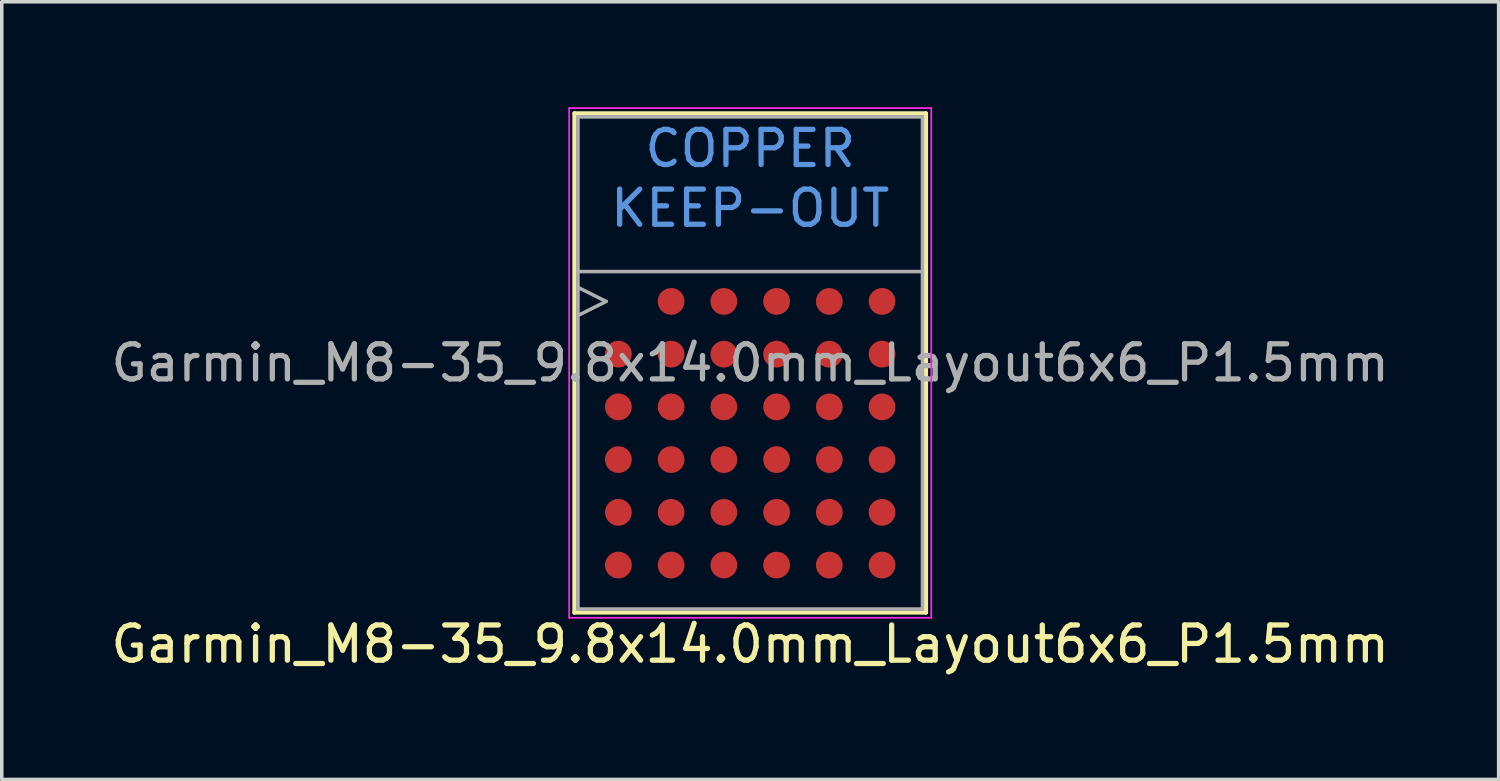
<source format=kicad_pcb>
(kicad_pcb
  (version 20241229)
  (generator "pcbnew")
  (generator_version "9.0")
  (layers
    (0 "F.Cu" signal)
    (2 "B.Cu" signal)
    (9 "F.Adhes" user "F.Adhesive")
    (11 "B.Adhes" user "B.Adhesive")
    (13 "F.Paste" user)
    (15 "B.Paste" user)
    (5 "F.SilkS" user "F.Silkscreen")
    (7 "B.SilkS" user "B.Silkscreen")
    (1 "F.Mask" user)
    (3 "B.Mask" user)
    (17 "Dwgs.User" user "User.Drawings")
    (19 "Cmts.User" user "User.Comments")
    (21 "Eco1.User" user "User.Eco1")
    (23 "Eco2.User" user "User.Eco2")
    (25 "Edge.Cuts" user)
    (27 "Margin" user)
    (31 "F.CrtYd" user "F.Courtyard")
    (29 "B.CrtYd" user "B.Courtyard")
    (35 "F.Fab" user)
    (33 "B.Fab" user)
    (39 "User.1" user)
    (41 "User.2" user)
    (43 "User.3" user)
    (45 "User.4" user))
  (footprint "Garmin_M8-35_9.8x14.0mm_Layout6x6_P1.5mm"
    (layer "F.Cu")
    (at 18.292 7.275)
    (property "Reference" "Garmin_M8-35_9.8x14.0mm_Layout6x6_P1.5mm" (at 0 8 0) (layer "F.SilkS") (effects (font (size 1 1) (thickness 0.15))))
    (attr smd)
    (fp_line (start -5 -7.1) (end -5 7.1) (stroke (width 0.12) (type solid)) (layer "F.SilkS"))
    (fp_line (start -5 7.1) (end 5 7.1) (stroke (width 0.12) (type solid)) (layer "F.SilkS"))
    (fp_line (start 5 -7.1) (end -5 -7.1) (stroke (width 0.12) (type solid)) (layer "F.SilkS"))
    (fp_line (start 5 7.1) (end 5 -7.1) (stroke (width 0.12) (type solid)) (layer "F.SilkS"))
    (fp_poly (pts (xy -4.18 -0.315) (xy -4.18 -0.68) (xy -3.815 -0.68) (xy -3.815 -0.315)) (stroke (width 0) (type solid)) (fill yes) (layer "F.Paste"))
    (fp_poly (pts (xy -4.18 0.18) (xy -4.18 -0.185) (xy -3.815 -0.185) (xy -3.815 0.18)) (stroke (width 0) (type solid)) (fill yes) (layer "F.Paste"))
    (fp_poly (pts (xy -4.18 1.185) (xy -4.18 0.82) (xy -3.815 0.82) (xy -3.815 1.185)) (stroke (width 0) (type solid)) (fill yes) (layer "F.Paste"))
    (fp_poly (pts (xy -4.18 1.68) (xy -4.18 1.315) (xy -3.815 1.315) (xy -3.815 1.68)) (stroke (width 0) (type solid)) (fill yes) (layer "F.Paste"))
    (fp_poly (pts (xy -4.18 2.685) (xy -4.18 2.32) (xy -3.815 2.32) (xy -3.815 2.685)) (stroke (width 0) (type solid)) (fill yes) (layer "F.Paste"))
    (fp_poly (pts (xy -4.18 3.18) (xy -4.18 2.815) (xy -3.815 2.815) (xy -3.815 3.18)) (stroke (width 0) (type solid)) (fill yes) (layer "F.Paste"))
    (fp_poly (pts (xy -4.18 4.185) (xy -4.18 3.82) (xy -3.815 3.82) (xy -3.815 4.185)) (stroke (width 0) (type solid)) (fill yes) (layer "F.Paste"))
    (fp_poly (pts (xy -4.18 4.68) (xy -4.18 4.315) (xy -3.815 4.315) (xy -3.815 4.68)) (stroke (width 0) (type solid)) (fill yes) (layer "F.Paste"))
    (fp_poly (pts (xy -4.18 5.685) (xy -4.18 5.32) (xy -3.815 5.32) (xy -3.815 5.685)) (stroke (width 0) (type solid)) (fill yes) (layer "F.Paste"))
    (fp_poly (pts (xy -4.18 6.18) (xy -4.18 5.815) (xy -3.815 5.815) (xy -3.815 6.18)) (stroke (width 0) (type solid)) (fill yes) (layer "F.Paste"))
    (fp_poly (pts (xy -3.685 -0.315) (xy -3.685 -0.68) (xy -3.32 -0.68) (xy -3.32 -0.315)) (stroke (width 0) (type solid)) (fill yes) (layer "F.Paste"))
    (fp_poly (pts (xy -3.685 0.18) (xy -3.685 -0.185) (xy -3.32 -0.185) (xy -3.32 0.18)) (stroke (width 0) (type solid)) (fill yes) (layer "F.Paste"))
    (fp_poly (pts (xy -3.685 1.185) (xy -3.685 0.82) (xy -3.32 0.82) (xy -3.32 1.185)) (stroke (width 0) (type solid)) (fill yes) (layer "F.Paste"))
    (fp_poly (pts (xy -3.685 1.68) (xy -3.685 1.315) (xy -3.32 1.315) (xy -3.32 1.68)) (stroke (width 0) (type solid)) (fill yes) (layer "F.Paste"))
    (fp_poly (pts (xy -3.685 2.685) (xy -3.685 2.32) (xy -3.32 2.32) (xy -3.32 2.685)) (stroke (width 0) (type solid)) (fill yes) (layer "F.Paste"))
    (fp_poly (pts (xy -3.685 3.18) (xy -3.685 2.815) (xy -3.32 2.815) (xy -3.32 3.18)) (stroke (width 0) (type solid)) (fill yes) (layer "F.Paste"))
    (fp_poly (pts (xy -3.685 4.185) (xy -3.685 3.82) (xy -3.32 3.82) (xy -3.32 4.185)) (stroke (width 0) (type solid)) (fill yes) (layer "F.Paste"))
    (fp_poly (pts (xy -3.685 4.68) (xy -3.685 4.315) (xy -3.32 4.315) (xy -3.32 4.68)) (stroke (width 0) (type solid)) (fill yes) (layer "F.Paste"))
    (fp_poly (pts (xy -3.685 5.685) (xy -3.685 5.32) (xy -3.32 5.32) (xy -3.32 5.685)) (stroke (width 0) (type solid)) (fill yes) (layer "F.Paste"))
    (fp_poly (pts (xy -3.685 6.18) (xy -3.685 5.815) (xy -3.32 5.815) (xy -3.32 6.18)) (stroke (width 0) (type solid)) (fill yes) (layer "F.Paste"))
    (fp_poly (pts (xy -2.68 -1.815) (xy -2.68 -2.18) (xy -2.315 -2.18) (xy -2.315 -1.815)) (stroke (width 0) (type solid)) (fill yes) (layer "F.Paste"))
    (fp_poly (pts (xy -2.68 -1.32) (xy -2.68 -1.685) (xy -2.315 -1.685) (xy -2.315 -1.32)) (stroke (width 0) (type solid)) (fill yes) (layer "F.Paste"))
    (fp_poly (pts (xy -2.68 -0.315) (xy -2.68 -0.68) (xy -2.315 -0.68) (xy -2.315 -0.315)) (stroke (width 0) (type solid)) (fill yes) (layer "F.Paste"))
    (fp_poly (pts (xy -2.68 0.18) (xy -2.68 -0.185) (xy -2.315 -0.185) (xy -2.315 0.18)) (stroke (width 0) (type solid)) (fill yes) (layer "F.Paste"))
    (fp_poly (pts (xy -2.68 1.185) (xy -2.68 0.82) (xy -2.315 0.82) (xy -2.315 1.185)) (stroke (width 0) (type solid)) (fill yes) (layer "F.Paste"))
    (fp_poly (pts (xy -2.68 1.68) (xy -2.68 1.315) (xy -2.315 1.315) (xy -2.315 1.68)) (stroke (width 0) (type solid)) (fill yes) (layer "F.Paste"))
    (fp_poly (pts (xy -2.68 2.685) (xy -2.68 2.32) (xy -2.315 2.32) (xy -2.315 2.685)) (stroke (width 0) (type solid)) (fill yes) (layer "F.Paste"))
    (fp_poly (pts (xy -2.68 3.18) (xy -2.68 2.815) (xy -2.315 2.815) (xy -2.315 3.18)) (stroke (width 0) (type solid)) (fill yes) (layer "F.Paste"))
    (fp_poly (pts (xy -2.68 4.185) (xy -2.68 3.82) (xy -2.315 3.82) (xy -2.315 4.185)) (stroke (width 0) (type solid)) (fill yes) (layer "F.Paste"))
    (fp_poly (pts (xy -2.68 4.68) (xy -2.68 4.315) (xy -2.315 4.315) (xy -2.315 4.68)) (stroke (width 0) (type solid)) (fill yes) (layer "F.Paste"))
    (fp_poly (pts (xy -2.68 5.685) (xy -2.68 5.32) (xy -2.315 5.32) (xy -2.315 5.685)) (stroke (width 0) (type solid)) (fill yes) (layer "F.Paste"))
    (fp_poly (pts (xy -2.68 6.18) (xy -2.68 5.815) (xy -2.315 5.815) (xy -2.315 6.18)) (stroke (width 0) (type solid)) (fill yes) (layer "F.Paste"))
    (fp_poly (pts (xy -2.185 -1.815) (xy -2.185 -2.18) (xy -1.82 -2.18) (xy -1.82 -1.815)) (stroke (width 0) (type solid)) (fill yes) (layer "F.Paste"))
    (fp_poly (pts (xy -2.185 -1.32) (xy -2.185 -1.685) (xy -1.82 -1.685) (xy -1.82 -1.32)) (stroke (width 0) (type solid)) (fill yes) (layer "F.Paste"))
    (fp_poly (pts (xy -2.185 -0.315) (xy -2.185 -0.68) (xy -1.82 -0.68) (xy -1.82 -0.315)) (stroke (width 0) (type solid)) (fill yes) (layer "F.Paste"))
    (fp_poly (pts (xy -2.185 0.18) (xy -2.185 -0.185) (xy -1.82 -0.185) (xy -1.82 0.18)) (stroke (width 0) (type solid)) (fill yes) (layer "F.Paste"))
    (fp_poly (pts (xy -2.185 1.185) (xy -2.185 0.82) (xy -1.82 0.82) (xy -1.82 1.185)) (stroke (width 0) (type solid)) (fill yes) (layer "F.Paste"))
    (fp_poly (pts (xy -2.185 1.68) (xy -2.185 1.315) (xy -1.82 1.315) (xy -1.82 1.68)) (stroke (width 0) (type solid)) (fill yes) (layer "F.Paste"))
    (fp_poly (pts (xy -2.185 2.685) (xy -2.185 2.32) (xy -1.82 2.32) (xy -1.82 2.685)) (stroke (width 0) (type solid)) (fill yes) (layer "F.Paste"))
    (fp_poly (pts (xy -2.185 3.18) (xy -2.185 2.815) (xy -1.82 2.815) (xy -1.82 3.18)) (stroke (width 0) (type solid)) (fill yes) (layer "F.Paste"))
    (fp_poly (pts (xy -2.185 4.185) (xy -2.185 3.82) (xy -1.82 3.82) (xy -1.82 4.185)) (stroke (width 0) (type solid)) (fill yes) (layer "F.Paste"))
    (fp_poly (pts (xy -2.185 4.68) (xy -2.185 4.315) (xy -1.82 4.315) (xy -1.82 4.68)) (stroke (width 0) (type solid)) (fill yes) (layer "F.Paste"))
    (fp_poly (pts (xy -2.185 5.685) (xy -2.185 5.32) (xy -1.82 5.32) (xy -1.82 5.685)) (stroke (width 0) (type solid)) (fill yes) (layer "F.Paste"))
    (fp_poly (pts (xy -2.185 6.18) (xy -2.185 5.815) (xy -1.82 5.815) (xy -1.82 6.18)) (stroke (width 0) (type solid)) (fill yes) (layer "F.Paste"))
    (fp_poly (pts (xy -1.18 -1.815) (xy -1.18 -2.18) (xy -0.815 -2.18) (xy -0.815 -1.815)) (stroke (width 0) (type solid)) (fill yes) (layer "F.Paste"))
    (fp_poly (pts (xy -1.18 -1.32) (xy -1.18 -1.685) (xy -0.815 -1.685) (xy -0.815 -1.32)) (stroke (width 0) (type solid)) (fill yes) (layer "F.Paste"))
    (fp_poly (pts (xy -1.18 -0.315) (xy -1.18 -0.68) (xy -0.815 -0.68) (xy -0.815 -0.315)) (stroke (width 0) (type solid)) (fill yes) (layer "F.Paste"))
    (fp_poly (pts (xy -1.18 0.18) (xy -1.18 -0.185) (xy -0.815 -0.185) (xy -0.815 0.18)) (stroke (width 0) (type solid)) (fill yes) (layer "F.Paste"))
    (fp_poly (pts (xy -1.18 1.185) (xy -1.18 0.82) (xy -0.815 0.82) (xy -0.815 1.185)) (stroke (width 0) (type solid)) (fill yes) (layer "F.Paste"))
    (fp_poly (pts (xy -1.18 1.68) (xy -1.18 1.315) (xy -0.815 1.315) (xy -0.815 1.68)) (stroke (width 0) (type solid)) (fill yes) (layer "F.Paste"))
    (fp_poly (pts (xy -1.18 2.685) (xy -1.18 2.32) (xy -0.815 2.32) (xy -0.815 2.685)) (stroke (width 0) (type solid)) (fill yes) (layer "F.Paste"))
    (fp_poly (pts (xy -1.18 3.18) (xy -1.18 2.815) (xy -0.815 2.815) (xy -0.815 3.18)) (stroke (width 0) (type solid)) (fill yes) (layer "F.Paste"))
    (fp_poly (pts (xy -1.18 4.185) (xy -1.18 3.82) (xy -0.815 3.82) (xy -0.815 4.185)) (stroke (width 0) (type solid)) (fill yes) (layer "F.Paste"))
    (fp_poly (pts (xy -1.18 4.68) (xy -1.18 4.315) (xy -0.815 4.315) (xy -0.815 4.68)) (stroke (width 0) (type solid)) (fill yes) (layer "F.Paste"))
    (fp_poly (pts (xy -1.18 5.685) (xy -1.18 5.32) (xy -0.815 5.32) (xy -0.815 5.685)) (stroke (width 0) (type solid)) (fill yes) (layer "F.Paste"))
    (fp_poly (pts (xy -1.18 6.18) (xy -1.18 5.815) (xy -0.815 5.815) (xy -0.815 6.18)) (stroke (width 0) (type solid)) (fill yes) (layer "F.Paste"))
    (fp_poly (pts (xy -0.685 -1.815) (xy -0.685 -2.18) (xy -0.32 -2.18) (xy -0.32 -1.815)) (stroke (width 0) (type solid)) (fill yes) (layer "F.Paste"))
    (fp_poly (pts (xy -0.685 -1.32) (xy -0.685 -1.685) (xy -0.32 -1.685) (xy -0.32 -1.32)) (stroke (width 0) (type solid)) (fill yes) (layer "F.Paste"))
    (fp_poly (pts (xy -0.685 -0.315) (xy -0.685 -0.68) (xy -0.32 -0.68) (xy -0.32 -0.315)) (stroke (width 0) (type solid)) (fill yes) (layer "F.Paste"))
    (fp_poly (pts (xy -0.685 0.18) (xy -0.685 -0.185) (xy -0.32 -0.185) (xy -0.32 0.18)) (stroke (width 0) (type solid)) (fill yes) (layer "F.Paste"))
    (fp_poly (pts (xy -0.685 1.185) (xy -0.685 0.82) (xy -0.32 0.82) (xy -0.32 1.185)) (stroke (width 0) (type solid)) (fill yes) (layer "F.Paste"))
    (fp_poly (pts (xy -0.685 1.68) (xy -0.685 1.315) (xy -0.32 1.315) (xy -0.32 1.68)) (stroke (width 0) (type solid)) (fill yes) (layer "F.Paste"))
    (fp_poly (pts (xy -0.685 2.685) (xy -0.685 2.32) (xy -0.32 2.32) (xy -0.32 2.685)) (stroke (width 0) (type solid)) (fill yes) (layer "F.Paste"))
    (fp_poly (pts (xy -0.685 3.18) (xy -0.685 2.815) (xy -0.32 2.815) (xy -0.32 3.18)) (stroke (width 0) (type solid)) (fill yes) (layer "F.Paste"))
    (fp_poly (pts (xy -0.685 4.185) (xy -0.685 3.82) (xy -0.32 3.82) (xy -0.32 4.185)) (stroke (width 0) (type solid)) (fill yes) (layer "F.Paste"))
    (fp_poly (pts (xy -0.685 4.68) (xy -0.685 4.315) (xy -0.32 4.315) (xy -0.32 4.68)) (stroke (width 0) (type solid)) (fill yes) (layer "F.Paste"))
    (fp_poly (pts (xy -0.685 5.685) (xy -0.685 5.32) (xy -0.32 5.32) (xy -0.32 5.685)) (stroke (width 0) (type solid)) (fill yes) (layer "F.Paste"))
    (fp_poly (pts (xy -0.685 6.18) (xy -0.685 5.815) (xy -0.32 5.815) (xy -0.32 6.18)) (stroke (width 0) (type solid)) (fill yes) (layer "F.Paste"))
    (fp_poly (pts (xy 0.32 -1.815) (xy 0.32 -2.18) (xy 0.685 -2.18) (xy 0.685 -1.815)) (stroke (width 0) (type solid)) (fill yes) (layer "F.Paste"))
    (fp_poly (pts (xy 0.32 -1.32) (xy 0.32 -1.685) (xy 0.685 -1.685) (xy 0.685 -1.32)) (stroke (width 0) (type solid)) (fill yes) (layer "F.Paste"))
    (fp_poly (pts (xy 0.32 -0.315) (xy 0.32 -0.68) (xy 0.685 -0.68) (xy 0.685 -0.315)) (stroke (width 0) (type solid)) (fill yes) (layer "F.Paste"))
    (fp_poly (pts (xy 0.32 0.18) (xy 0.32 -0.185) (xy 0.685 -0.185) (xy 0.685 0.18)) (stroke (width 0) (type solid)) (fill yes) (layer "F.Paste"))
    (fp_poly (pts (xy 0.32 1.185) (xy 0.32 0.82) (xy 0.685 0.82) (xy 0.685 1.185)) (stroke (width 0) (type solid)) (fill yes) (layer "F.Paste"))
    (fp_poly (pts (xy 0.32 1.68) (xy 0.32 1.315) (xy 0.685 1.315) (xy 0.685 1.68)) (stroke (width 0) (type solid)) (fill yes) (layer "F.Paste"))
    (fp_poly (pts (xy 0.32 2.685) (xy 0.32 2.32) (xy 0.685 2.32) (xy 0.685 2.685)) (stroke (width 0) (type solid)) (fill yes) (layer "F.Paste"))
    (fp_poly (pts (xy 0.32 3.18) (xy 0.32 2.815) (xy 0.685 2.815) (xy 0.685 3.18)) (stroke (width 0) (type solid)) (fill yes) (layer "F.Paste"))
    (fp_poly (pts (xy 0.32 4.185) (xy 0.32 3.82) (xy 0.685 3.82) (xy 0.685 4.185)) (stroke (width 0) (type solid)) (fill yes) (layer "F.Paste"))
    (fp_poly (pts (xy 0.32 4.68) (xy 0.32 4.315) (xy 0.685 4.315) (xy 0.685 4.68)) (stroke (width 0) (type solid)) (fill yes) (layer "F.Paste"))
    (fp_poly (pts (xy 0.32 5.685) (xy 0.32 5.32) (xy 0.685 5.32) (xy 0.685 5.685)) (stroke (width 0) (type solid)) (fill yes) (layer "F.Paste"))
    (fp_poly (pts (xy 0.32 6.18) (xy 0.32 5.815) (xy 0.685 5.815) (xy 0.685 6.18)) (stroke (width 0) (type solid)) (fill yes) (layer "F.Paste"))
    (fp_poly (pts (xy 0.815 -1.815) (xy 0.815 -2.18) (xy 1.18 -2.18) (xy 1.18 -1.815)) (stroke (width 0) (type solid)) (fill yes) (layer "F.Paste"))
    (fp_poly (pts (xy 0.815 -1.32) (xy 0.815 -1.685) (xy 1.18 -1.685) (xy 1.18 -1.32)) (stroke (width 0) (type solid)) (fill yes) (layer "F.Paste"))
    (fp_poly (pts (xy 0.815 -0.315) (xy 0.815 -0.68) (xy 1.18 -0.68) (xy 1.18 -0.315)) (stroke (width 0) (type solid)) (fill yes) (layer "F.Paste"))
    (fp_poly (pts (xy 0.815 0.18) (xy 0.815 -0.185) (xy 1.18 -0.185) (xy 1.18 0.18)) (stroke (width 0) (type solid)) (fill yes) (layer "F.Paste"))
    (fp_poly (pts (xy 0.815 1.185) (xy 0.815 0.82) (xy 1.18 0.82) (xy 1.18 1.185)) (stroke (width 0) (type solid)) (fill yes) (layer "F.Paste"))
    (fp_poly (pts (xy 0.815 1.68) (xy 0.815 1.315) (xy 1.18 1.315) (xy 1.18 1.68)) (stroke (width 0) (type solid)) (fill yes) (layer "F.Paste"))
    (fp_poly (pts (xy 0.815 2.685) (xy 0.815 2.32) (xy 1.18 2.32) (xy 1.18 2.685)) (stroke (width 0) (type solid)) (fill yes) (layer "F.Paste"))
    (fp_poly (pts (xy 0.815 3.18) (xy 0.815 2.815) (xy 1.18 2.815) (xy 1.18 3.18)) (stroke (width 0) (type solid)) (fill yes) (layer "F.Paste"))
    (fp_poly (pts (xy 0.815 4.185) (xy 0.815 3.82) (xy 1.18 3.82) (xy 1.18 4.185)) (stroke (width 0) (type solid)) (fill yes) (layer "F.Paste"))
    (fp_poly (pts (xy 0.815 4.68) (xy 0.815 4.315) (xy 1.18 4.315) (xy 1.18 4.68)) (stroke (width 0) (type solid)) (fill yes) (layer "F.Paste"))
    (fp_poly (pts (xy 0.815 5.685) (xy 0.815 5.32) (xy 1.18 5.32) (xy 1.18 5.685)) (stroke (width 0) (type solid)) (fill yes) (layer "F.Paste"))
    (fp_poly (pts (xy 0.815 6.18) (xy 0.815 5.815) (xy 1.18 5.815) (xy 1.18 6.18)) (stroke (width 0) (type solid)) (fill yes) (layer "F.Paste"))
    (fp_poly (pts (xy 1.82 -1.815) (xy 1.82 -2.18) (xy 2.185 -2.18) (xy 2.185 -1.815)) (stroke (width 0) (type solid)) (fill yes) (layer "F.Paste"))
    (fp_poly (pts (xy 1.82 -1.32) (xy 1.82 -1.685) (xy 2.185 -1.685) (xy 2.185 -1.32)) (stroke (width 0) (type solid)) (fill yes) (layer "F.Paste"))
    (fp_poly (pts (xy 1.82 -0.315) (xy 1.82 -0.68) (xy 2.185 -0.68) (xy 2.185 -0.315)) (stroke (width 0) (type solid)) (fill yes) (layer "F.Paste"))
    (fp_poly (pts (xy 1.82 0.18) (xy 1.82 -0.185) (xy 2.185 -0.185) (xy 2.185 0.18)) (stroke (width 0) (type solid)) (fill yes) (layer "F.Paste"))
    (fp_poly (pts (xy 1.82 1.185) (xy 1.82 0.82) (xy 2.185 0.82) (xy 2.185 1.185)) (stroke (width 0) (type solid)) (fill yes) (layer "F.Paste"))
    (fp_poly (pts (xy 1.82 1.68) (xy 1.82 1.315) (xy 2.185 1.315) (xy 2.185 1.68)) (stroke (width 0) (type solid)) (fill yes) (layer "F.Paste"))
    (fp_poly (pts (xy 1.82 2.685) (xy 1.82 2.32) (xy 2.185 2.32) (xy 2.185 2.685)) (stroke (width 0) (type solid)) (fill yes) (layer "F.Paste"))
    (fp_poly (pts (xy 1.82 3.18) (xy 1.82 2.815) (xy 2.185 2.815) (xy 2.185 3.18)) (stroke (width 0) (type solid)) (fill yes) (layer "F.Paste"))
    (fp_poly (pts (xy 1.82 4.185) (xy 1.82 3.82) (xy 2.185 3.82) (xy 2.185 4.185)) (stroke (width 0) (type solid)) (fill yes) (layer "F.Paste"))
    (fp_poly (pts (xy 1.82 4.68) (xy 1.82 4.315) (xy 2.185 4.315) (xy 2.185 4.68)) (stroke (width 0) (type solid)) (fill yes) (layer "F.Paste"))
    (fp_poly (pts (xy 1.82 5.685) (xy 1.82 5.32) (xy 2.185 5.32) (xy 2.185 5.685)) (stroke (width 0) (type solid)) (fill yes) (layer "F.Paste"))
    (fp_poly (pts (xy 1.82 6.18) (xy 1.82 5.815) (xy 2.185 5.815) (xy 2.185 6.18)) (stroke (width 0) (type solid)) (fill yes) (layer "F.Paste"))
    (fp_poly (pts (xy 2.315 -1.815) (xy 2.315 -2.18) (xy 2.68 -2.18) (xy 2.68 -1.815)) (stroke (width 0) (type solid)) (fill yes) (layer "F.Paste"))
    (fp_poly (pts (xy 2.315 -1.32) (xy 2.315 -1.685) (xy 2.68 -1.685) (xy 2.68 -1.32)) (stroke (width 0) (type solid)) (fill yes) (layer "F.Paste"))
    (fp_poly (pts (xy 2.315 -0.315) (xy 2.315 -0.68) (xy 2.68 -0.68) (xy 2.68 -0.315)) (stroke (width 0) (type solid)) (fill yes) (layer "F.Paste"))
    (fp_poly (pts (xy 2.315 0.18) (xy 2.315 -0.185) (xy 2.68 -0.185) (xy 2.68 0.18)) (stroke (width 0) (type solid)) (fill yes) (layer "F.Paste"))
    (fp_poly (pts (xy 2.315 1.185) (xy 2.315 0.82) (xy 2.68 0.82) (xy 2.68 1.185)) (stroke (width 0) (type solid)) (fill yes) (layer "F.Paste"))
    (fp_poly (pts (xy 2.315 1.68) (xy 2.315 1.315) (xy 2.68 1.315) (xy 2.68 1.68)) (stroke (width 0) (type solid)) (fill yes) (layer "F.Paste"))
    (fp_poly (pts (xy 2.315 2.685) (xy 2.315 2.32) (xy 2.68 2.32) (xy 2.68 2.685)) (stroke (width 0) (type solid)) (fill yes) (layer "F.Paste"))
    (fp_poly (pts (xy 2.315 3.18) (xy 2.315 2.815) (xy 2.68 2.815) (xy 2.68 3.18)) (stroke (width 0) (type solid)) (fill yes) (layer "F.Paste"))
    (fp_poly (pts (xy 2.315 4.185) (xy 2.315 3.82) (xy 2.68 3.82) (xy 2.68 4.185)) (stroke (width 0) (type solid)) (fill yes) (layer "F.Paste"))
    (fp_poly (pts (xy 2.315 4.68) (xy 2.315 4.315) (xy 2.68 4.315) (xy 2.68 4.68)) (stroke (width 0) (type solid)) (fill yes) (layer "F.Paste"))
    (fp_poly (pts (xy 2.315 5.685) (xy 2.315 5.32) (xy 2.68 5.32) (xy 2.68 5.685)) (stroke (width 0) (type solid)) (fill yes) (layer "F.Paste"))
    (fp_poly (pts (xy 2.315 6.18) (xy 2.315 5.815) (xy 2.68 5.815) (xy 2.68 6.18)) (stroke (width 0) (type solid)) (fill yes) (layer "F.Paste"))
    (fp_poly (pts (xy 3.32 -1.815) (xy 3.32 -2.18) (xy 3.685 -2.18) (xy 3.685 -1.815)) (stroke (width 0) (type solid)) (fill yes) (layer "F.Paste"))
    (fp_poly (pts (xy 3.32 -1.32) (xy 3.32 -1.685) (xy 3.685 -1.685) (xy 3.685 -1.32)) (stroke (width 0) (type solid)) (fill yes) (layer "F.Paste"))
    (fp_poly (pts (xy 3.32 -0.315) (xy 3.32 -0.68) (xy 3.685 -0.68) (xy 3.685 -0.315)) (stroke (width 0) (type solid)) (fill yes) (layer "F.Paste"))
    (fp_poly (pts (xy 3.32 0.18) (xy 3.32 -0.185) (xy 3.685 -0.185) (xy 3.685 0.18)) (stroke (width 0) (type solid)) (fill yes) (layer "F.Paste"))
    (fp_poly (pts (xy 3.32 1.185) (xy 3.32 0.82) (xy 3.685 0.82) (xy 3.685 1.185)) (stroke (width 0) (type solid)) (fill yes) (layer "F.Paste"))
    (fp_poly (pts (xy 3.32 1.68) (xy 3.32 1.315) (xy 3.685 1.315) (xy 3.685 1.68)) (stroke (width 0) (type solid)) (fill yes) (layer "F.Paste"))
    (fp_poly (pts (xy 3.32 2.685) (xy 3.32 2.32) (xy 3.685 2.32) (xy 3.685 2.685)) (stroke (width 0) (type solid)) (fill yes) (layer "F.Paste"))
    (fp_poly (pts (xy 3.32 3.18) (xy 3.32 2.815) (xy 3.685 2.815) (xy 3.685 3.18)) (stroke (width 0) (type solid)) (fill yes) (layer "F.Paste"))
    (fp_poly (pts (xy 3.32 4.185) (xy 3.32 3.82) (xy 3.685 3.82) (xy 3.685 4.185)) (stroke (width 0) (type solid)) (fill yes) (layer "F.Paste"))
    (fp_poly (pts (xy 3.32 4.68) (xy 3.32 4.315) (xy 3.685 4.315) (xy 3.685 4.68)) (stroke (width 0) (type solid)) (fill yes) (layer "F.Paste"))
    (fp_poly (pts (xy 3.32 5.685) (xy 3.32 5.32) (xy 3.685 5.32) (xy 3.685 5.685)) (stroke (width 0) (type solid)) (fill yes) (layer "F.Paste"))
    (fp_poly (pts (xy 3.32 6.18) (xy 3.32 5.815) (xy 3.685 5.815) (xy 3.685 6.18)) (stroke (width 0) (type solid)) (fill yes) (layer "F.Paste"))
    (fp_poly (pts (xy 3.815 -1.815) (xy 3.815 -2.18) (xy 4.18 -2.18) (xy 4.18 -1.815)) (stroke (width 0) (type solid)) (fill yes) (layer "F.Paste"))
    (fp_poly (pts (xy 3.815 -1.32) (xy 3.815 -1.685) (xy 4.18 -1.685) (xy 4.18 -1.32)) (stroke (width 0) (type solid)) (fill yes) (layer "F.Paste"))
    (fp_poly (pts (xy 3.815 -0.315) (xy 3.815 -0.68) (xy 4.18 -0.68) (xy 4.18 -0.315)) (stroke (width 0) (type solid)) (fill yes) (layer "F.Paste"))
    (fp_poly (pts (xy 3.815 0.18) (xy 3.815 -0.185) (xy 4.18 -0.185) (xy 4.18 0.18)) (stroke (width 0) (type solid)) (fill yes) (layer "F.Paste"))
    (fp_poly (pts (xy 3.815 1.185) (xy 3.815 0.82) (xy 4.18 0.82) (xy 4.18 1.185)) (stroke (width 0) (type solid)) (fill yes) (layer "F.Paste"))
    (fp_poly (pts (xy 3.815 1.68) (xy 3.815 1.315) (xy 4.18 1.315) (xy 4.18 1.68)) (stroke (width 0) (type solid)) (fill yes) (layer "F.Paste"))
    (fp_poly (pts (xy 3.815 2.685) (xy 3.815 2.32) (xy 4.18 2.32) (xy 4.18 2.685)) (stroke (width 0) (type solid)) (fill yes) (layer "F.Paste"))
    (fp_poly (pts (xy 3.815 3.18) (xy 3.815 2.815) (xy 4.18 2.815) (xy 4.18 3.18)) (stroke (width 0) (type solid)) (fill yes) (layer "F.Paste"))
    (fp_poly (pts (xy 3.815 4.185) (xy 3.815 3.82) (xy 4.18 3.82) (xy 4.18 4.185)) (stroke (width 0) (type solid)) (fill yes) (layer "F.Paste"))
    (fp_poly (pts (xy 3.815 4.68) (xy 3.815 4.315) (xy 4.18 4.315) (xy 4.18 4.68)) (stroke (width 0) (type solid)) (fill yes) (layer "F.Paste"))
    (fp_poly (pts (xy 3.815 5.685) (xy 3.815 5.32) (xy 4.18 5.32) (xy 4.18 5.685)) (stroke (width 0) (type solid)) (fill yes) (layer "F.Paste"))
    (fp_poly (pts (xy 3.815 6.18) (xy 3.815 5.815) (xy 4.18 5.815) (xy 4.18 6.18)) (stroke (width 0) (type solid)) (fill yes) (layer "F.Paste"))
    (fp_line (start -5.15 -7.25) (end 5.15 -7.25) (stroke (width 0.05) (type solid)) (layer "F.CrtYd"))
    (fp_line (start -5.15 7.25) (end -5.15 -7.25) (stroke (width 0.05) (type solid)) (layer "F.CrtYd"))
    (fp_line (start 5.15 -7.25) (end 5.15 7.25) (stroke (width 0.05) (type solid)) (layer "F.CrtYd"))
    (fp_line (start 5.15 7.25) (end -5.15 7.25) (stroke (width 0.05) (type solid)) (layer "F.CrtYd"))
    (fp_line (start -4.9 -7) (end 4.9 -7) (stroke (width 0.1) (type solid)) (layer "F.Fab"))
    (fp_line (start -4.9 -2.6) (end 4.9 -2.6) (stroke (width 0.1) (type solid)) (layer "F.Fab"))
    (fp_line (start -4.9 -2.15) (end -4.1 -1.75) (stroke (width 0.1) (type solid)) (layer "F.Fab"))
    (fp_line (start -4.9 -1.35) (end -4.1 -1.75) (stroke (width 0.1) (type solid)) (layer "F.Fab"))
    (fp_line (start -4.9 7) (end -4.9 -7) (stroke (width 0.1) (type solid)) (layer "F.Fab"))
    (fp_line (start 4.9 -7) (end 4.9 7) (stroke (width 0.1) (type solid)) (layer "F.Fab"))
    (fp_line (start 4.9 7) (end -4.9 7) (stroke (width 0.1) (type solid)) (layer "F.Fab"))
    (fp_text user "COPPER" (at 0 -6.1 0) (layer "Cmts.User") (effects (font (size 1 1) (thickness 0.15))))
    (fp_text user "KEEP-OUT" (at 0 -4.4 0) (layer "Cmts.User") (effects (font (size 1 1) (thickness 0.15))))
    (fp_text user "${REFERENCE}" (at 0 0 0) (layer "F.Fab") (effects (font (size 1 1) (thickness 0.15))))
    (pad "A2" smd circle (at -2.25 -1.75) (size 0.762 0.762) (layers "F.Cu" "F.Mask"))
    (pad "A3" smd circle (at -0.75 -1.75) (size 0.762 0.762) (layers "F.Cu" "F.Mask"))
    (pad "A4" smd circle (at 0.75 -1.75) (size 0.762 0.762) (layers "F.Cu" "F.Mask"))
    (pad "A5" smd circle (at 2.25 -1.75) (size 0.762 0.762) (layers "F.Cu" "F.Mask"))
    (pad "A6" smd circle (at 3.75 -1.75) (size 0.762 0.762) (layers "F.Cu" "F.Mask"))
    (pad "B1" smd circle (at -3.75 -0.25) (size 0.762 0.762) (layers "F.Cu" "F.Mask"))
    (pad "B2" smd circle (at -2.25 -0.25) (size 0.762 0.762) (layers "F.Cu" "F.Mask"))
    (pad "B3" smd circle (at -0.75 -0.25) (size 0.762 0.762) (layers "F.Cu" "F.Mask"))
    (pad "B4" smd circle (at 0.75 -0.25) (size 0.762 0.762) (layers "F.Cu" "F.Mask"))
    (pad "B5" smd circle (at 2.25 -0.25) (size 0.762 0.762) (layers "F.Cu" "F.Mask"))
    (pad "B6" smd circle (at 3.75 -0.25) (size 0.762 0.762) (layers "F.Cu" "F.Mask"))
    (pad "C1" smd circle (at -3.75 1.25) (size 0.762 0.762) (layers "F.Cu" "F.Mask"))
    (pad "C2" smd circle (at -2.25 1.25) (size 0.762 0.762) (layers "F.Cu" "F.Mask"))
    (pad "C3" smd circle (at -0.75 1.25) (size 0.762 0.762) (layers "F.Cu" "F.Mask"))
    (pad "C4" smd circle (at 0.75 1.25) (size 0.762 0.762) (layers "F.Cu" "F.Mask"))
    (pad "C5" smd circle (at 2.25 1.25) (size 0.762 0.762) (layers "F.Cu" "F.Mask"))
    (pad "C6" smd circle (at 3.75 1.25) (size 0.762 0.762) (layers "F.Cu" "F.Mask"))
    (pad "D1" smd circle (at -3.75 2.75) (size 0.762 0.762) (layers "F.Cu" "F.Mask"))
    (pad "D2" smd circle (at -2.25 2.75) (size 0.762 0.762) (layers "F.Cu" "F.Mask"))
    (pad "D3" smd circle (at -0.75 2.75) (size 0.762 0.762) (layers "F.Cu" "F.Mask"))
    (pad "D4" smd circle (at 0.75 2.75) (size 0.762 0.762) (layers "F.Cu" "F.Mask"))
    (pad "D5" smd circle (at 2.25 2.75) (size 0.762 0.762) (layers "F.Cu" "F.Mask"))
    (pad "D6" smd circle (at 3.75 2.75) (size 0.762 0.762) (layers "F.Cu" "F.Mask"))
    (pad "E1" smd circle (at -3.75 4.25) (size 0.762 0.762) (layers "F.Cu" "F.Mask"))
    (pad "E2" smd circle (at -2.25 4.25) (size 0.762 0.762) (layers "F.Cu" "F.Mask"))
    (pad "E3" smd circle (at -0.75 4.25) (size 0.762 0.762) (layers "F.Cu" "F.Mask"))
    (pad "E4" smd circle (at 0.75 4.25) (size 0.762 0.762) (layers "F.Cu" "F.Mask"))
    (pad "E5" smd circle (at 2.25 4.25) (size 0.762 0.762) (layers "F.Cu" "F.Mask"))
    (pad "E6" smd circle (at 3.75 4.25) (size 0.762 0.762) (layers "F.Cu" "F.Mask"))
    (pad "F1" smd circle (at -3.75 5.75) (size 0.762 0.762) (layers "F.Cu" "F.Mask"))
    (pad "F2" smd circle (at -2.25 5.75) (size 0.762 0.762) (layers "F.Cu" "F.Mask"))
    (pad "F3" smd circle (at -0.75 5.75) (size 0.762 0.762) (layers "F.Cu" "F.Mask"))
    (pad "F4" smd circle (at 0.75 5.75) (size 0.762 0.762) (layers "F.Cu" "F.Mask"))
    (pad "F5" smd circle (at 2.25 5.75) (size 0.762 0.762) (layers "F.Cu" "F.Mask"))
    (pad "F6" smd circle (at 3.75 5.75) (size 0.762 0.762) (layers "F.Cu" "F.Mask"))
    (zone (net_name "") (layers "F.Cu" "B.Cu") (hatch full 0.508) (connect_pads) (min_thickness 0.254) (filled_areas_thickness no) (keepout (tracks not_allowed) (vias not_allowed) (pads not_allowed) (copperpour not_allowed) (footprints not_allowed)) (placement (enabled no)) (fill) (polygon (pts (xy 13.392 4.675) (xy 23.192 4.675) (xy 23.192 0.275) (xy 13.392 0.275)))))
  (gr_rect
    (start -3 -3)
    (end 39.583 19.123)
    (stroke (width 0.1) (type default))
    (fill no)
    (layer "Edge.Cuts")))
</source>
